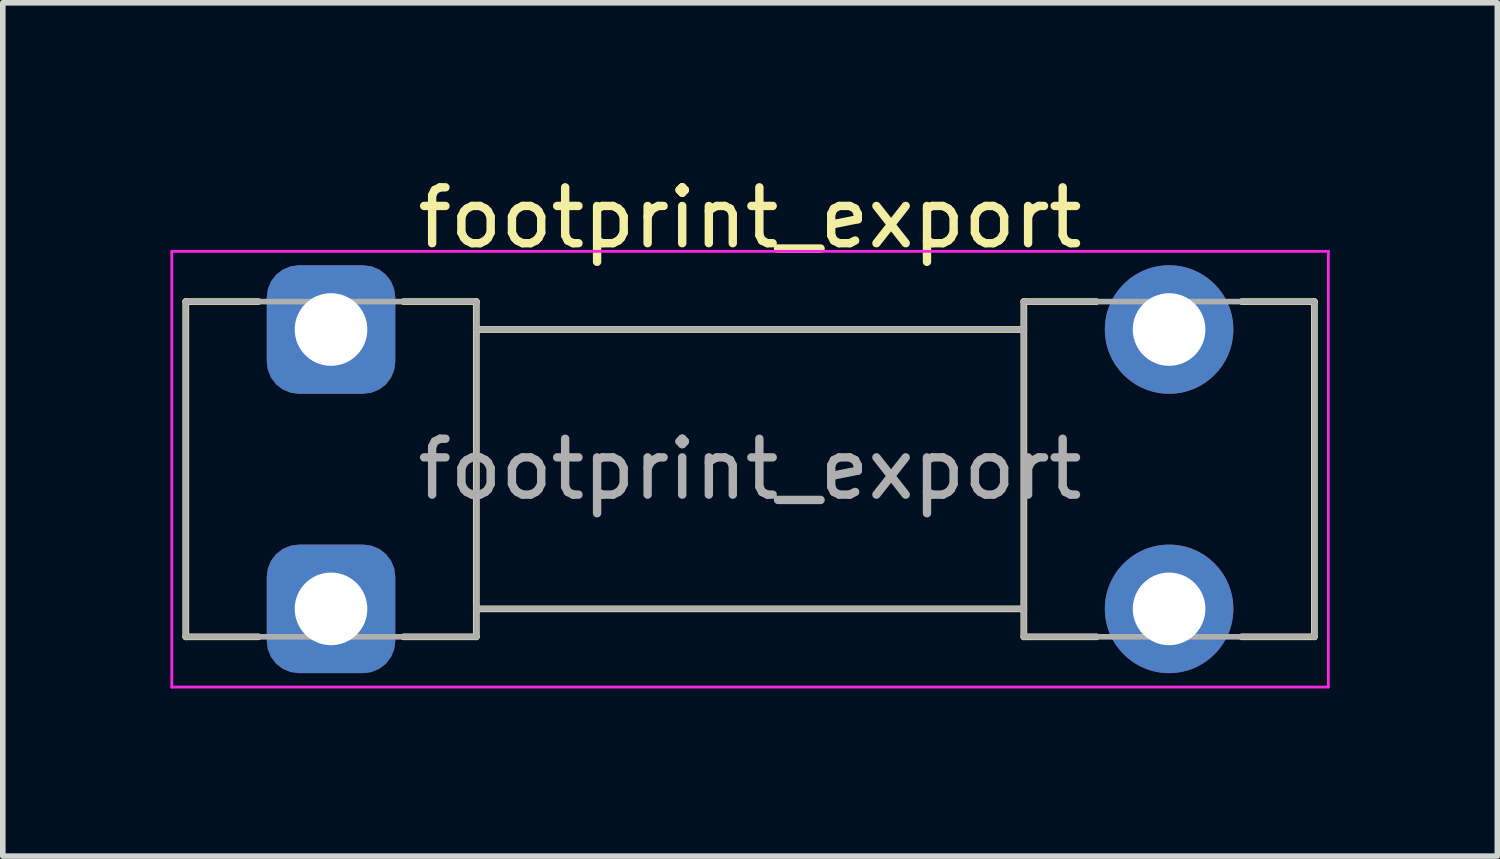
<source format=kicad_pcb>
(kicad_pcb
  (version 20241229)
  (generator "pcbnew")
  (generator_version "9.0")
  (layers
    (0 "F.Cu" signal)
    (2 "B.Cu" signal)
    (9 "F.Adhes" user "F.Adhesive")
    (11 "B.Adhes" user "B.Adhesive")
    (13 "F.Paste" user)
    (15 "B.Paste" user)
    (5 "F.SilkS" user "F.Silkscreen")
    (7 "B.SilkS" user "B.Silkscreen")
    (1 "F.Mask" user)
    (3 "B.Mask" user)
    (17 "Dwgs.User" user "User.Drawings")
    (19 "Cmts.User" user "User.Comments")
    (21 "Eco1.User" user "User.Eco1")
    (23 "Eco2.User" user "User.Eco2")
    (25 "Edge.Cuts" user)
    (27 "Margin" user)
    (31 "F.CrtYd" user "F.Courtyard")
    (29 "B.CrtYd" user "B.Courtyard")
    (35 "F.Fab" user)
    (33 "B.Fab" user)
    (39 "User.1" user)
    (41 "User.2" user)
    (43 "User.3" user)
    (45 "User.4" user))
  (footprint "footprint_export"
    (layer "F.Cu")
    (at 2.875 2.848)
    (property "Reference" "footprint_export" (at 7.5 -2 0) (layer "F.SilkS") (effects (font (size 1 1) (thickness 0.15))))
    (attr through_hole)
    (fp_line (start -2.6 5.5) (end -2.6 -0.5) (stroke (width 0.12) (type solid)) (layer "F.SilkS"))
    (fp_line (start -1.3 -0.5) (end -2.6 -0.5) (stroke (width 0.12) (type solid)) (layer "F.SilkS"))
    (fp_line (start -1.3 5.5) (end -2.6 5.5) (stroke (width 0.12) (type solid)) (layer "F.SilkS"))
    (fp_line (start 2.6 -0.5) (end 1.3 -0.5) (stroke (width 0.12) (type solid)) (layer "F.SilkS"))
    (fp_line (start 2.6 -0.5) (end 2.6 5.5) (stroke (width 0.12) (type solid)) (layer "F.SilkS"))
    (fp_line (start 2.6 5.5) (end 1.3 5.5) (stroke (width 0.12) (type solid)) (layer "F.SilkS"))
    (fp_line (start 12.4 -0.5) (end 12.4 5.5) (stroke (width 0.12) (type solid)) (layer "F.SilkS"))
    (fp_line (start 12.4 0) (end 2.6 0) (stroke (width 0.12) (type solid)) (layer "F.SilkS"))
    (fp_line (start 12.4 5) (end 2.6 5) (stroke (width 0.12) (type solid)) (layer "F.SilkS"))
    (fp_line (start 13.7 -0.5) (end 12.4 -0.5) (stroke (width 0.12) (type solid)) (layer "F.SilkS"))
    (fp_line (start 13.7 5.5) (end 12.4 5.5) (stroke (width 0.12) (type solid)) (layer "F.SilkS"))
    (fp_line (start 16.3 -0.5) (end 17.6 -0.5) (stroke (width 0.12) (type solid)) (layer "F.SilkS"))
    (fp_line (start 16.3 5.5) (end 17.6 5.5) (stroke (width 0.12) (type solid)) (layer "F.SilkS"))
    (fp_line (start 17.6 -0.5) (end 17.6 5.5) (stroke (width 0.12) (type solid)) (layer "F.SilkS"))
    (fp_line (start -2.85 -1.4) (end -2.85 6.4) (stroke (width 0.05) (type solid)) (layer "F.CrtYd"))
    (fp_line (start -2.85 -1.4) (end 17.85 -1.4) (stroke (width 0.05) (type solid)) (layer "F.CrtYd"))
    (fp_line (start 17.85 6.4) (end -2.85 6.4) (stroke (width 0.05) (type solid)) (layer "F.CrtYd"))
    (fp_line (start 17.85 6.4) (end 17.85 -1.4) (stroke (width 0.05) (type solid)) (layer "F.CrtYd"))
    (fp_line (start -2.6 -0.5) (end 2.6 -0.5) (stroke (width 0.1) (type solid)) (layer "F.Fab"))
    (fp_line (start -2.6 5.5) (end -2.6 -0.5) (stroke (width 0.1) (type solid)) (layer "F.Fab"))
    (fp_line (start 2.6 -0.5) (end 2.6 5.5) (stroke (width 0.1) (type solid)) (layer "F.Fab"))
    (fp_line (start 2.6 0) (end 12.4 0) (stroke (width 0.1) (type solid)) (layer "F.Fab"))
    (fp_line (start 2.6 5.5) (end -2.6 5.5) (stroke (width 0.1) (type solid)) (layer "F.Fab"))
    (fp_line (start 12.4 -0.5) (end 12.4 5.5) (stroke (width 0.1) (type solid)) (layer "F.Fab"))
    (fp_line (start 12.4 5) (end 2.6 5) (stroke (width 0.1) (type solid)) (layer "F.Fab"))
    (fp_line (start 12.4 5.5) (end 17.6 5.5) (stroke (width 0.1) (type solid)) (layer "F.Fab"))
    (fp_line (start 17.6 -0.5) (end 12.4 -0.5) (stroke (width 0.1) (type solid)) (layer "F.Fab"))
    (fp_line (start 17.6 5.5) (end 17.6 -0.5) (stroke (width 0.1) (type solid)) (layer "F.Fab"))
    (fp_text user "${REFERENCE}" (at 7.5 2.5 0) (layer "F.Fab") (effects (font (size 1 1) (thickness 0.15))))
    (pad "1" thru_hole roundrect (at 0 0) (size 2.3 2.3) (drill 1.3) (layers "*.Cu" "*.Mask") (roundrect_rratio 0.25))
    (pad "1" thru_hole roundrect (at 0 5) (size 2.3 2.3) (drill 1.3) (layers "*.Cu" "*.Mask") (roundrect_rratio 0.25))
    (pad "2" thru_hole circle (at 15 0) (size 2.3 2.3) (drill 1.3) (layers "*.Cu" "*.Mask"))
    (pad "2" thru_hole circle (at 15 5) (size 2.3 2.3) (drill 1.3) (layers "*.Cu" "*.Mask")))
  (gr_rect
    (start -3 -3)
    (end 23.75 12.273)
    (stroke (width 0.1) (type default))
    (fill no)
    (layer "Edge.Cuts")))
</source>
